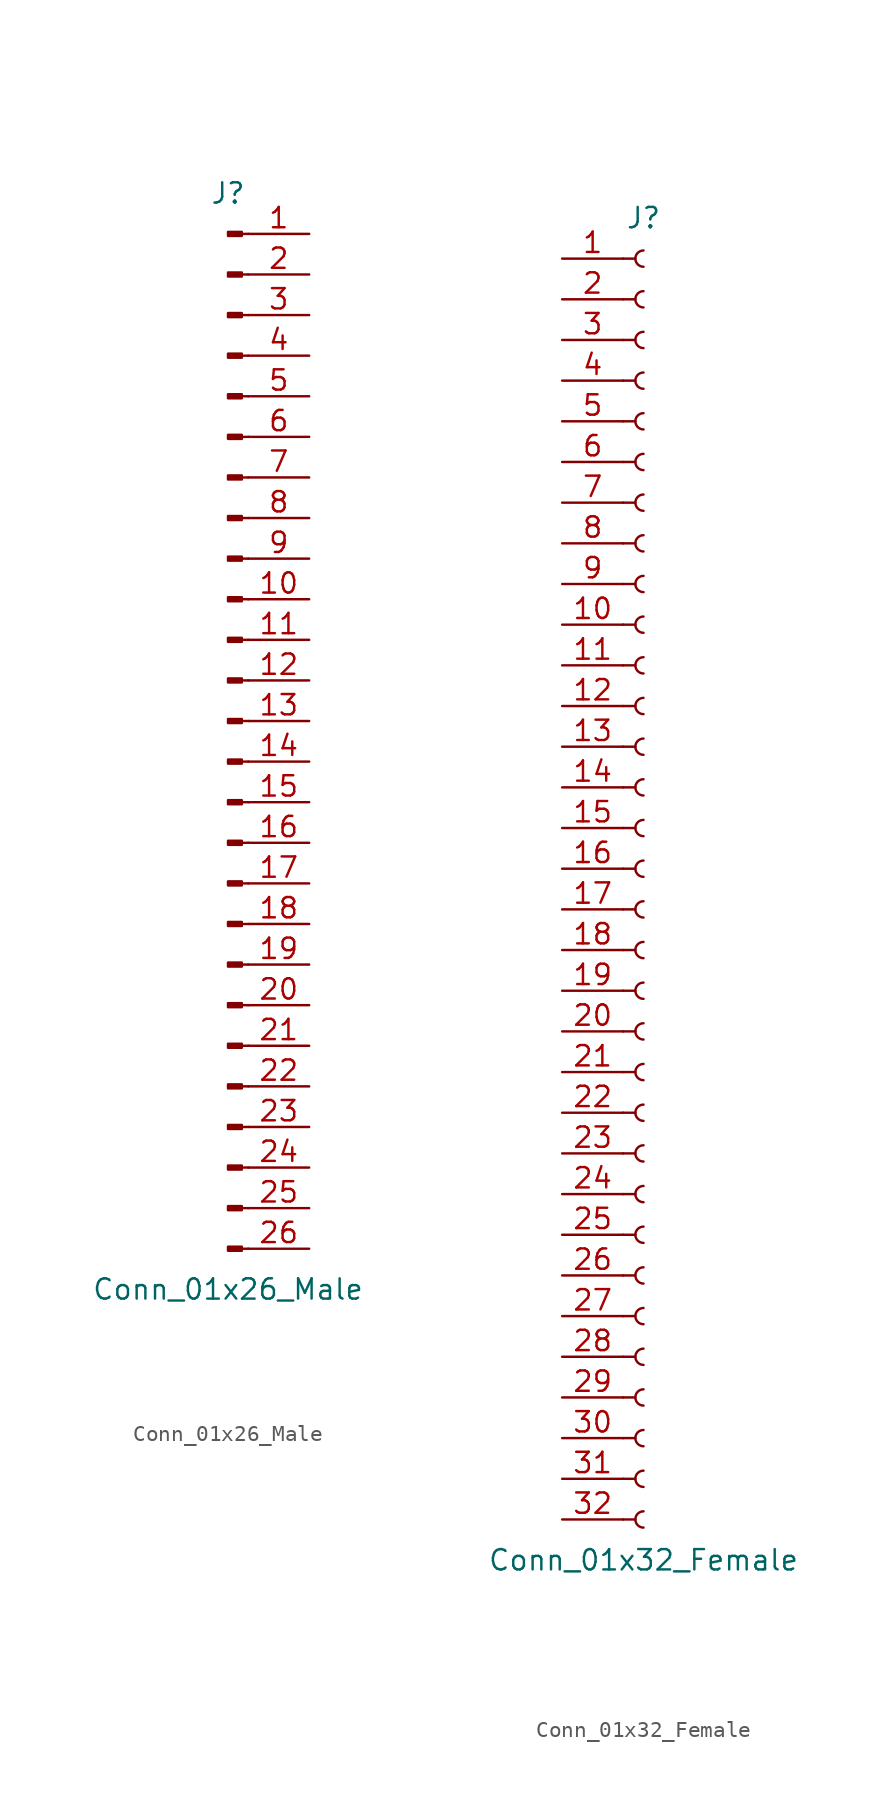
<source format=kicad_sym>
(kicad_symbol_lib
  (version 20201005)
  (generator kicad_symbol_editor)
  (symbol "Conn_01x26_Male"
    (pin_names
      (offset 1.016) hide)
    (property "Reference" "J"
      (at 0 33.02 0)
      (effects (font (size 1.27 1.27))))
    (property "Value" "Conn_01x26_Male"
      (at 0 -35.56 0)
      (effects (font (size 1.27 1.27))))
    (symbol "Conn_01x26_Male_1_1"
      (rectangle (start 0.864 -32.893) (end 0 -33.147) (stroke (width 0.152)) (fill (type outline)))
      (rectangle (start 0.864 -30.353) (end 0 -30.607) (stroke (width 0.152)) (fill (type outline)))
      (rectangle (start 0.864 -27.813) (end 0 -28.067) (stroke (width 0.152)) (fill (type outline)))
      (rectangle (start 0.864 -25.273) (end 0 -25.527) (stroke (width 0.152)) (fill (type outline)))
      (rectangle (start 0.864 -22.733) (end 0 -22.987) (stroke (width 0.152)) (fill (type outline)))
      (rectangle (start 0.864 -20.193) (end 0 -20.447) (stroke (width 0.152)) (fill (type outline)))
      (rectangle (start 0.864 -17.653) (end 0 -17.907) (stroke (width 0.152)) (fill (type outline)))
      (rectangle (start 0.864 -15.113) (end 0 -15.367) (stroke (width 0.152)) (fill (type outline)))
      (rectangle (start 0.864 -12.573) (end 0 -12.827) (stroke (width 0.152)) (fill (type outline)))
      (rectangle (start 0.864 -10.033) (end 0 -10.287) (stroke (width 0.152)) (fill (type outline)))
      (rectangle (start 0.864 -7.493) (end 0 -7.747) (stroke (width 0.152)) (fill (type outline)))
      (rectangle (start 0.864 -4.953) (end 0 -5.207) (stroke (width 0.152)) (fill (type outline)))
      (rectangle (start 0.864 -2.413) (end 0 -2.667) (stroke (width 0.152)) (fill (type outline)))
      (rectangle (start 0.864 0.127) (end 0 -0.127) (stroke (width 0.152)) (fill (type outline)))
      (rectangle (start 0.864 2.667) (end 0 2.413) (stroke (width 0.152)) (fill (type outline)))
      (rectangle (start 0.864 5.207) (end 0 4.953) (stroke (width 0.152)) (fill (type outline)))
      (rectangle (start 0.864 7.747) (end 0 7.493) (stroke (width 0.152)) (fill (type outline)))
      (rectangle (start 0.864 10.287) (end 0 10.033) (stroke (width 0.152)) (fill (type outline)))
      (rectangle (start 0.864 12.827) (end 0 12.573) (stroke (width 0.152)) (fill (type outline)))
      (rectangle (start 0.864 15.367) (end 0 15.113) (stroke (width 0.152)) (fill (type outline)))
      (rectangle (start 0.864 17.907) (end 0 17.653) (stroke (width 0.152)) (fill (type outline)))
      (rectangle (start 0.864 20.447) (end 0 20.193) (stroke (width 0.152)) (fill (type outline)))
      (rectangle (start 0.864 22.987) (end 0 22.733) (stroke (width 0.152)) (fill (type outline)))
      (rectangle (start 0.864 25.527) (end 0 25.273) (stroke (width 0.152)) (fill (type outline)))
      (rectangle (start 0.864 28.067) (end 0 27.813) (stroke (width 0.152)) (fill (type outline)))
      (rectangle (start 0.864 30.607) (end 0 30.353) (stroke (width 0.152)) (fill (type outline)))
      (polyline (pts (xy 1.27 -33.02) (xy 0.864 -33.02)) (stroke (width 0.152)) (fill (type none)))
      (polyline (pts (xy 1.27 -30.48) (xy 0.864 -30.48)) (stroke (width 0.152)) (fill (type none)))
      (polyline (pts (xy 1.27 -27.94) (xy 0.864 -27.94)) (stroke (width 0.152)) (fill (type none)))
      (polyline (pts (xy 1.27 -25.4) (xy 0.864 -25.4)) (stroke (width 0.152)) (fill (type none)))
      (polyline (pts (xy 1.27 -22.86) (xy 0.864 -22.86)) (stroke (width 0.152)) (fill (type none)))
      (polyline (pts (xy 1.27 -20.32) (xy 0.864 -20.32)) (stroke (width 0.152)) (fill (type none)))
      (polyline (pts (xy 1.27 -17.78) (xy 0.864 -17.78)) (stroke (width 0.152)) (fill (type none)))
      (polyline (pts (xy 1.27 -15.24) (xy 0.864 -15.24)) (stroke (width 0.152)) (fill (type none)))
      (polyline (pts (xy 1.27 -12.7) (xy 0.864 -12.7)) (stroke (width 0.152)) (fill (type none)))
      (polyline (pts (xy 1.27 -10.16) (xy 0.864 -10.16)) (stroke (width 0.152)) (fill (type none)))
      (polyline (pts (xy 1.27 -7.62) (xy 0.864 -7.62)) (stroke (width 0.152)) (fill (type none)))
      (polyline (pts (xy 1.27 -5.08) (xy 0.864 -5.08)) (stroke (width 0.152)) (fill (type none)))
      (polyline (pts (xy 1.27 -2.54) (xy 0.864 -2.54)) (stroke (width 0.152)) (fill (type none)))
      (polyline (pts (xy 1.27 0) (xy 0.864 0)) (stroke (width 0.152)) (fill (type none)))
      (polyline (pts (xy 1.27 2.54) (xy 0.864 2.54)) (stroke (width 0.152)) (fill (type none)))
      (polyline (pts (xy 1.27 5.08) (xy 0.864 5.08)) (stroke (width 0.152)) (fill (type none)))
      (polyline (pts (xy 1.27 7.62) (xy 0.864 7.62)) (stroke (width 0.152)) (fill (type none)))
      (polyline (pts (xy 1.27 10.16) (xy 0.864 10.16)) (stroke (width 0.152)) (fill (type none)))
      (polyline (pts (xy 1.27 12.7) (xy 0.864 12.7)) (stroke (width 0.152)) (fill (type none)))
      (polyline (pts (xy 1.27 15.24) (xy 0.864 15.24)) (stroke (width 0.152)) (fill (type none)))
      (polyline (pts (xy 1.27 17.78) (xy 0.864 17.78)) (stroke (width 0.152)) (fill (type none)))
      (polyline (pts (xy 1.27 20.32) (xy 0.864 20.32)) (stroke (width 0.152)) (fill (type none)))
      (polyline (pts (xy 1.27 22.86) (xy 0.864 22.86)) (stroke (width 0.152)) (fill (type none)))
      (polyline (pts (xy 1.27 25.4) (xy 0.864 25.4)) (stroke (width 0.152)) (fill (type none)))
      (polyline (pts (xy 1.27 27.94) (xy 0.864 27.94)) (stroke (width 0.152)) (fill (type none)))
      (polyline (pts (xy 1.27 30.48) (xy 0.864 30.48)) (stroke (width 0.152)) (fill (type none)))
      (pin passive line (at 5.08 30.48 180) (length 3.81) (name "Pin_1" (effects (font (size 1.27 1.27)))) (number "1" (effects (font (size 1.27 1.27)))))
      (pin passive line (at 5.08 7.62 180) (length 3.81) (name "Pin_10" (effects (font (size 1.27 1.27)))) (number "10" (effects (font (size 1.27 1.27)))))
      (pin passive line (at 5.08 5.08 180) (length 3.81) (name "Pin_11" (effects (font (size 1.27 1.27)))) (number "11" (effects (font (size 1.27 1.27)))))
      (pin passive line (at 5.08 2.54 180) (length 3.81) (name "Pin_12" (effects (font (size 1.27 1.27)))) (number "12" (effects (font (size 1.27 1.27)))))
      (pin passive line (at 5.08 0 180) (length 3.81) (name "Pin_13" (effects (font (size 1.27 1.27)))) (number "13" (effects (font (size 1.27 1.27)))))
      (pin passive line (at 5.08 -2.54 180) (length 3.81) (name "Pin_14" (effects (font (size 1.27 1.27)))) (number "14" (effects (font (size 1.27 1.27)))))
      (pin passive line (at 5.08 -5.08 180) (length 3.81) (name "Pin_15" (effects (font (size 1.27 1.27)))) (number "15" (effects (font (size 1.27 1.27)))))
      (pin passive line (at 5.08 -7.62 180) (length 3.81) (name "Pin_16" (effects (font (size 1.27 1.27)))) (number "16" (effects (font (size 1.27 1.27)))))
      (pin passive line (at 5.08 -10.16 180) (length 3.81) (name "Pin_17" (effects (font (size 1.27 1.27)))) (number "17" (effects (font (size 1.27 1.27)))))
      (pin passive line (at 5.08 -12.7 180) (length 3.81) (name "Pin_18" (effects (font (size 1.27 1.27)))) (number "18" (effects (font (size 1.27 1.27)))))
      (pin passive line (at 5.08 -15.24 180) (length 3.81) (name "Pin_19" (effects (font (size 1.27 1.27)))) (number "19" (effects (font (size 1.27 1.27)))))
      (pin passive line (at 5.08 27.94 180) (length 3.81) (name "Pin_2" (effects (font (size 1.27 1.27)))) (number "2" (effects (font (size 1.27 1.27)))))
      (pin passive line (at 5.08 -17.78 180) (length 3.81) (name "Pin_20" (effects (font (size 1.27 1.27)))) (number "20" (effects (font (size 1.27 1.27)))))
      (pin passive line (at 5.08 -20.32 180) (length 3.81) (name "Pin_21" (effects (font (size 1.27 1.27)))) (number "21" (effects (font (size 1.27 1.27)))))
      (pin passive line (at 5.08 -22.86 180) (length 3.81) (name "Pin_22" (effects (font (size 1.27 1.27)))) (number "22" (effects (font (size 1.27 1.27)))))
      (pin passive line (at 5.08 -25.4 180) (length 3.81) (name "Pin_23" (effects (font (size 1.27 1.27)))) (number "23" (effects (font (size 1.27 1.27)))))
      (pin passive line (at 5.08 -27.94 180) (length 3.81) (name "Pin_24" (effects (font (size 1.27 1.27)))) (number "24" (effects (font (size 1.27 1.27)))))
      (pin passive line (at 5.08 -30.48 180) (length 3.81) (name "Pin_25" (effects (font (size 1.27 1.27)))) (number "25" (effects (font (size 1.27 1.27)))))
      (pin passive line (at 5.08 -33.02 180) (length 3.81) (name "Pin_26" (effects (font (size 1.27 1.27)))) (number "26" (effects (font (size 1.27 1.27)))))
      (pin passive line (at 5.08 25.4 180) (length 3.81) (name "Pin_3" (effects (font (size 1.27 1.27)))) (number "3" (effects (font (size 1.27 1.27)))))
      (pin passive line (at 5.08 22.86 180) (length 3.81) (name "Pin_4" (effects (font (size 1.27 1.27)))) (number "4" (effects (font (size 1.27 1.27)))))
      (pin passive line (at 5.08 20.32 180) (length 3.81) (name "Pin_5" (effects (font (size 1.27 1.27)))) (number "5" (effects (font (size 1.27 1.27)))))
      (pin passive line (at 5.08 17.78 180) (length 3.81) (name "Pin_6" (effects (font (size 1.27 1.27)))) (number "6" (effects (font (size 1.27 1.27)))))
      (pin passive line (at 5.08 15.24 180) (length 3.81) (name "Pin_7" (effects (font (size 1.27 1.27)))) (number "7" (effects (font (size 1.27 1.27)))))
      (pin passive line (at 5.08 12.7 180) (length 3.81) (name "Pin_8" (effects (font (size 1.27 1.27)))) (number "8" (effects (font (size 1.27 1.27)))))
      (pin passive line (at 5.08 10.16 180) (length 3.81) (name "Pin_9" (effects (font (size 1.27 1.27)))) (number "9" (effects (font (size 1.27 1.27)))))))
  (symbol "Conn_01x32_Female"
    (pin_names
      (offset 1.016) hide)
    (property "Reference" "J"
      (at 0 40.64 0)
      (effects (font (size 1.27 1.27))))
    (property "Value" "Conn_01x32_Female"
      (at 0 -43.18 0)
      (effects (font (size 1.27 1.27))))
    (symbol "Conn_01x32_Female_1_1"
      (arc (start 0 -40.132) (end 0 -41.148) (radius (at 0 -40.64) (length 0.508) (angles 90.1 -90.1)) (stroke (width 0.1524)) (fill (type none)))
      (arc (start 0 -37.592) (end 0 -38.608) (radius (at 0 -38.1) (length 0.508) (angles 90.1 -90.1)) (stroke (width 0.1524)) (fill (type none)))
      (arc (start 0 -35.052) (end 0 -36.068) (radius (at 0 -35.56) (length 0.508) (angles 90.1 -90.1)) (stroke (width 0.1524)) (fill (type none)))
      (arc (start 0 -32.512) (end 0 -33.528) (radius (at 0 -33.02) (length 0.508) (angles 90.1 -90.1)) (stroke (width 0.1524)) (fill (type none)))
      (arc (start 0 -29.972) (end 0 -30.988) (radius (at 0 -30.48) (length 0.508) (angles 90.1 -90.1)) (stroke (width 0.1524)) (fill (type none)))
      (arc (start 0 -27.432) (end 0 -28.448) (radius (at 0 -27.94) (length 0.508) (angles 90.1 -90.1)) (stroke (width 0.1524)) (fill (type none)))
      (arc (start 0 -24.892) (end 0 -25.908) (radius (at 0 -25.4) (length 0.508) (angles 90.1 -90.1)) (stroke (width 0.1524)) (fill (type none)))
      (arc (start 0 -22.352) (end 0 -23.368) (radius (at 0 -22.86) (length 0.508) (angles 90.1 -90.1)) (stroke (width 0.1524)) (fill (type none)))
      (arc (start 0 -19.812) (end 0 -20.828) (radius (at 0 -20.32) (length 0.508) (angles 90.1 -90.1)) (stroke (width 0.1524)) (fill (type none)))
      (arc (start 0 -17.272) (end 0 -18.288) (radius (at 0 -17.78) (length 0.508) (angles 90.1 -90.1)) (stroke (width 0.1524)) (fill (type none)))
      (arc (start 0 -14.732) (end 0 -15.748) (radius (at 0 -15.24) (length 0.508) (angles 90.1 -90.1)) (stroke (width 0.1524)) (fill (type none)))
      (arc (start 0 -12.192) (end 0 -13.208) (radius (at 0 -12.7) (length 0.508) (angles 90.1 -90.1)) (stroke (width 0.1524)) (fill (type none)))
      (arc (start 0 -9.652) (end 0 -10.668) (radius (at 0 -10.16) (length 0.508) (angles 90.1 -90.1)) (stroke (width 0.1524)) (fill (type none)))
      (arc (start 0 -7.112) (end 0 -8.128) (radius (at 0 -7.62) (length 0.508) (angles 90.1 -90.1)) (stroke (width 0.1524)) (fill (type none)))
      (arc (start 0 -4.572) (end 0 -5.588) (radius (at 0 -5.08) (length 0.508) (angles 90.1 -90.1)) (stroke (width 0.1524)) (fill (type none)))
      (arc (start 0 -2.032) (end 0 -3.048) (radius (at 0 -2.54) (length 0.508) (angles 90.1 -90.1)) (stroke (width 0.1524)) (fill (type none)))
      (arc (start 0 0.508) (end 0 -0.508) (radius (at 0 0) (length 0.508) (angles 90.1 -90.1)) (stroke (width 0.1524)) (fill (type none)))
      (arc (start 0 3.048) (end 0 2.032) (radius (at 0 2.54) (length 0.508) (angles 90.1 -90.1)) (stroke (width 0.1524)) (fill (type none)))
      (arc (start 0 5.588) (end 0 4.572) (radius (at 0 5.08) (length 0.508) (angles 90.1 -90.1)) (stroke (width 0.1524)) (fill (type none)))
      (arc (start 0 8.128) (end 0 7.112) (radius (at 0 7.62) (length 0.508) (angles 90.1 -90.1)) (stroke (width 0.1524)) (fill (type none)))
      (arc (start 0 10.668) (end 0 9.652) (radius (at 0 10.16) (length 0.508) (angles 90.1 -90.1)) (stroke (width 0.1524)) (fill (type none)))
      (arc (start 0 13.208) (end 0 12.192) (radius (at 0 12.7) (length 0.508) (angles 90.1 -90.1)) (stroke (width 0.1524)) (fill (type none)))
      (arc (start 0 15.748) (end 0 14.732) (radius (at 0 15.24) (length 0.508) (angles 90.1 -90.1)) (stroke (width 0.1524)) (fill (type none)))
      (arc (start 0 18.288) (end 0 17.272) (radius (at 0 17.78) (length 0.508) (angles 90.1 -90.1)) (stroke (width 0.1524)) (fill (type none)))
      (arc (start 0 20.828) (end 0 19.812) (radius (at 0 20.32) (length 0.508) (angles 90.1 -90.1)) (stroke (width 0.1524)) (fill (type none)))
      (arc (start 0 23.368) (end 0 22.352) (radius (at 0 22.86) (length 0.508) (angles 90.1 -90.1)) (stroke (width 0.1524)) (fill (type none)))
      (arc (start 0 25.908) (end 0 24.892) (radius (at 0 25.4) (length 0.508) (angles 90.1 -90.1)) (stroke (width 0.1524)) (fill (type none)))
      (arc (start 0 28.448) (end 0 27.432) (radius (at 0 27.94) (length 0.508) (angles 90.1 -90.1)) (stroke (width 0.1524)) (fill (type none)))
      (arc (start 0 30.988) (end 0 29.972) (radius (at 0 30.48) (length 0.508) (angles 90.1 -90.1)) (stroke (width 0.1524)) (fill (type none)))
      (arc (start 0 33.528) (end 0 32.512) (radius (at 0 33.02) (length 0.508) (angles 90.1 -90.1)) (stroke (width 0.1524)) (fill (type none)))
      (arc (start 0 36.068) (end 0 35.052) (radius (at 0 35.56) (length 0.508) (angles 90.1 -90.1)) (stroke (width 0.1524)) (fill (type none)))
      (arc (start 0 38.608) (end 0 37.592) (radius (at 0 38.1) (length 0.508) (angles 90.1 -90.1)) (stroke (width 0.1524)) (fill (type none)))
      (polyline (pts (xy -1.27 -40.64) (xy -0.508 -40.64)) (stroke (width 0.152)) (fill (type none)))
      (polyline (pts (xy -1.27 -38.1) (xy -0.508 -38.1)) (stroke (width 0.152)) (fill (type none)))
      (polyline (pts (xy -1.27 -35.56) (xy -0.508 -35.56)) (stroke (width 0.152)) (fill (type none)))
      (polyline (pts (xy -1.27 -33.02) (xy -0.508 -33.02)) (stroke (width 0.152)) (fill (type none)))
      (polyline (pts (xy -1.27 -30.48) (xy -0.508 -30.48)) (stroke (width 0.152)) (fill (type none)))
      (polyline (pts (xy -1.27 -27.94) (xy -0.508 -27.94)) (stroke (width 0.152)) (fill (type none)))
      (polyline (pts (xy -1.27 -25.4) (xy -0.508 -25.4)) (stroke (width 0.152)) (fill (type none)))
      (polyline (pts (xy -1.27 -22.86) (xy -0.508 -22.86)) (stroke (width 0.152)) (fill (type none)))
      (polyline (pts (xy -1.27 -20.32) (xy -0.508 -20.32)) (stroke (width 0.152)) (fill (type none)))
      (polyline (pts (xy -1.27 -17.78) (xy -0.508 -17.78)) (stroke (width 0.152)) (fill (type none)))
      (polyline (pts (xy -1.27 -15.24) (xy -0.508 -15.24)) (stroke (width 0.152)) (fill (type none)))
      (polyline (pts (xy -1.27 -12.7) (xy -0.508 -12.7)) (stroke (width 0.152)) (fill (type none)))
      (polyline (pts (xy -1.27 -10.16) (xy -0.508 -10.16)) (stroke (width 0.152)) (fill (type none)))
      (polyline (pts (xy -1.27 -7.62) (xy -0.508 -7.62)) (stroke (width 0.152)) (fill (type none)))
      (polyline (pts (xy -1.27 -5.08) (xy -0.508 -5.08)) (stroke (width 0.152)) (fill (type none)))
      (polyline (pts (xy -1.27 -2.54) (xy -0.508 -2.54)) (stroke (width 0.152)) (fill (type none)))
      (polyline (pts (xy -1.27 0) (xy -0.508 0)) (stroke (width 0.152)) (fill (type none)))
      (polyline (pts (xy -1.27 2.54) (xy -0.508 2.54)) (stroke (width 0.152)) (fill (type none)))
      (polyline (pts (xy -1.27 5.08) (xy -0.508 5.08)) (stroke (width 0.152)) (fill (type none)))
      (polyline (pts (xy -1.27 7.62) (xy -0.508 7.62)) (stroke (width 0.152)) (fill (type none)))
      (polyline (pts (xy -1.27 10.16) (xy -0.508 10.16)) (stroke (width 0.152)) (fill (type none)))
      (polyline (pts (xy -1.27 12.7) (xy -0.508 12.7)) (stroke (width 0.152)) (fill (type none)))
      (polyline (pts (xy -1.27 15.24) (xy -0.508 15.24)) (stroke (width 0.152)) (fill (type none)))
      (polyline (pts (xy -1.27 17.78) (xy -0.508 17.78)) (stroke (width 0.152)) (fill (type none)))
      (polyline (pts (xy -1.27 20.32) (xy -0.508 20.32)) (stroke (width 0.152)) (fill (type none)))
      (polyline (pts (xy -1.27 22.86) (xy -0.508 22.86)) (stroke (width 0.152)) (fill (type none)))
      (polyline (pts (xy -1.27 25.4) (xy -0.508 25.4)) (stroke (width 0.152)) (fill (type none)))
      (polyline (pts (xy -1.27 27.94) (xy -0.508 27.94)) (stroke (width 0.152)) (fill (type none)))
      (polyline (pts (xy -1.27 30.48) (xy -0.508 30.48)) (stroke (width 0.152)) (fill (type none)))
      (polyline (pts (xy -1.27 33.02) (xy -0.508 33.02)) (stroke (width 0.152)) (fill (type none)))
      (polyline (pts (xy -1.27 35.56) (xy -0.508 35.56)) (stroke (width 0.152)) (fill (type none)))
      (polyline (pts (xy -1.27 38.1) (xy -0.508 38.1)) (stroke (width 0.152)) (fill (type none)))
      (pin passive line (at -5.08 38.1 0) (length 3.81) (name "Pin_1" (effects (font (size 1.27 1.27)))) (number "1" (effects (font (size 1.27 1.27)))))
      (pin passive line (at -5.08 15.24 0) (length 3.81) (name "Pin_10" (effects (font (size 1.27 1.27)))) (number "10" (effects (font (size 1.27 1.27)))))
      (pin passive line (at -5.08 12.7 0) (length 3.81) (name "Pin_11" (effects (font (size 1.27 1.27)))) (number "11" (effects (font (size 1.27 1.27)))))
      (pin passive line (at -5.08 10.16 0) (length 3.81) (name "Pin_12" (effects (font (size 1.27 1.27)))) (number "12" (effects (font (size 1.27 1.27)))))
      (pin passive line (at -5.08 7.62 0) (length 3.81) (name "Pin_13" (effects (font (size 1.27 1.27)))) (number "13" (effects (font (size 1.27 1.27)))))
      (pin passive line (at -5.08 5.08 0) (length 3.81) (name "Pin_14" (effects (font (size 1.27 1.27)))) (number "14" (effects (font (size 1.27 1.27)))))
      (pin passive line (at -5.08 2.54 0) (length 3.81) (name "Pin_15" (effects (font (size 1.27 1.27)))) (number "15" (effects (font (size 1.27 1.27)))))
      (pin passive line (at -5.08 0 0) (length 3.81) (name "Pin_16" (effects (font (size 1.27 1.27)))) (number "16" (effects (font (size 1.27 1.27)))))
      (pin passive line (at -5.08 -2.54 0) (length 3.81) (name "Pin_17" (effects (font (size 1.27 1.27)))) (number "17" (effects (font (size 1.27 1.27)))))
      (pin passive line (at -5.08 -5.08 0) (length 3.81) (name "Pin_18" (effects (font (size 1.27 1.27)))) (number "18" (effects (font (size 1.27 1.27)))))
      (pin passive line (at -5.08 -7.62 0) (length 3.81) (name "Pin_19" (effects (font (size 1.27 1.27)))) (number "19" (effects (font (size 1.27 1.27)))))
      (pin passive line (at -5.08 35.56 0) (length 3.81) (name "Pin_2" (effects (font (size 1.27 1.27)))) (number "2" (effects (font (size 1.27 1.27)))))
      (pin passive line (at -5.08 -10.16 0) (length 3.81) (name "Pin_20" (effects (font (size 1.27 1.27)))) (number "20" (effects (font (size 1.27 1.27)))))
      (pin passive line (at -5.08 -12.7 0) (length 3.81) (name "Pin_21" (effects (font (size 1.27 1.27)))) (number "21" (effects (font (size 1.27 1.27)))))
      (pin passive line (at -5.08 -15.24 0) (length 3.81) (name "Pin_22" (effects (font (size 1.27 1.27)))) (number "22" (effects (font (size 1.27 1.27)))))
      (pin passive line (at -5.08 -17.78 0) (length 3.81) (name "Pin_23" (effects (font (size 1.27 1.27)))) (number "23" (effects (font (size 1.27 1.27)))))
      (pin passive line (at -5.08 -20.32 0) (length 3.81) (name "Pin_24" (effects (font (size 1.27 1.27)))) (number "24" (effects (font (size 1.27 1.27)))))
      (pin passive line (at -5.08 -22.86 0) (length 3.81) (name "Pin_25" (effects (font (size 1.27 1.27)))) (number "25" (effects (font (size 1.27 1.27)))))
      (pin passive line (at -5.08 -25.4 0) (length 3.81) (name "Pin_26" (effects (font (size 1.27 1.27)))) (number "26" (effects (font (size 1.27 1.27)))))
      (pin passive line (at -5.08 -27.94 0) (length 3.81) (name "Pin_27" (effects (font (size 1.27 1.27)))) (number "27" (effects (font (size 1.27 1.27)))))
      (pin passive line (at -5.08 -30.48 0) (length 3.81) (name "Pin_28" (effects (font (size 1.27 1.27)))) (number "28" (effects (font (size 1.27 1.27)))))
      (pin passive line (at -5.08 -33.02 0) (length 3.81) (name "Pin_29" (effects (font (size 1.27 1.27)))) (number "29" (effects (font (size 1.27 1.27)))))
      (pin passive line (at -5.08 33.02 0) (length 3.81) (name "Pin_3" (effects (font (size 1.27 1.27)))) (number "3" (effects (font (size 1.27 1.27)))))
      (pin passive line (at -5.08 -35.56 0) (length 3.81) (name "Pin_30" (effects (font (size 1.27 1.27)))) (number "30" (effects (font (size 1.27 1.27)))))
      (pin passive line (at -5.08 -38.1 0) (length 3.81) (name "Pin_31" (effects (font (size 1.27 1.27)))) (number "31" (effects (font (size 1.27 1.27)))))
      (pin passive line (at -5.08 -40.64 0) (length 3.81) (name "Pin_32" (effects (font (size 1.27 1.27)))) (number "32" (effects (font (size 1.27 1.27)))))
      (pin passive line (at -5.08 30.48 0) (length 3.81) (name "Pin_4" (effects (font (size 1.27 1.27)))) (number "4" (effects (font (size 1.27 1.27)))))
      (pin passive line (at -5.08 27.94 0) (length 3.81) (name "Pin_5" (effects (font (size 1.27 1.27)))) (number "5" (effects (font (size 1.27 1.27)))))
      (pin passive line (at -5.08 25.4 0) (length 3.81) (name "Pin_6" (effects (font (size 1.27 1.27)))) (number "6" (effects (font (size 1.27 1.27)))))
      (pin passive line (at -5.08 22.86 0) (length 3.81) (name "Pin_7" (effects (font (size 1.27 1.27)))) (number "7" (effects (font (size 1.27 1.27)))))
      (pin passive line (at -5.08 20.32 0) (length 3.81) (name "Pin_8" (effects (font (size 1.27 1.27)))) (number "8" (effects (font (size 1.27 1.27)))))
      (pin passive line (at -5.08 17.78 0) (length 3.81) (name "Pin_9" (effects (font (size 1.27 1.27)))) (number "9" (effects (font (size 1.27 1.27))))))))
</source>
